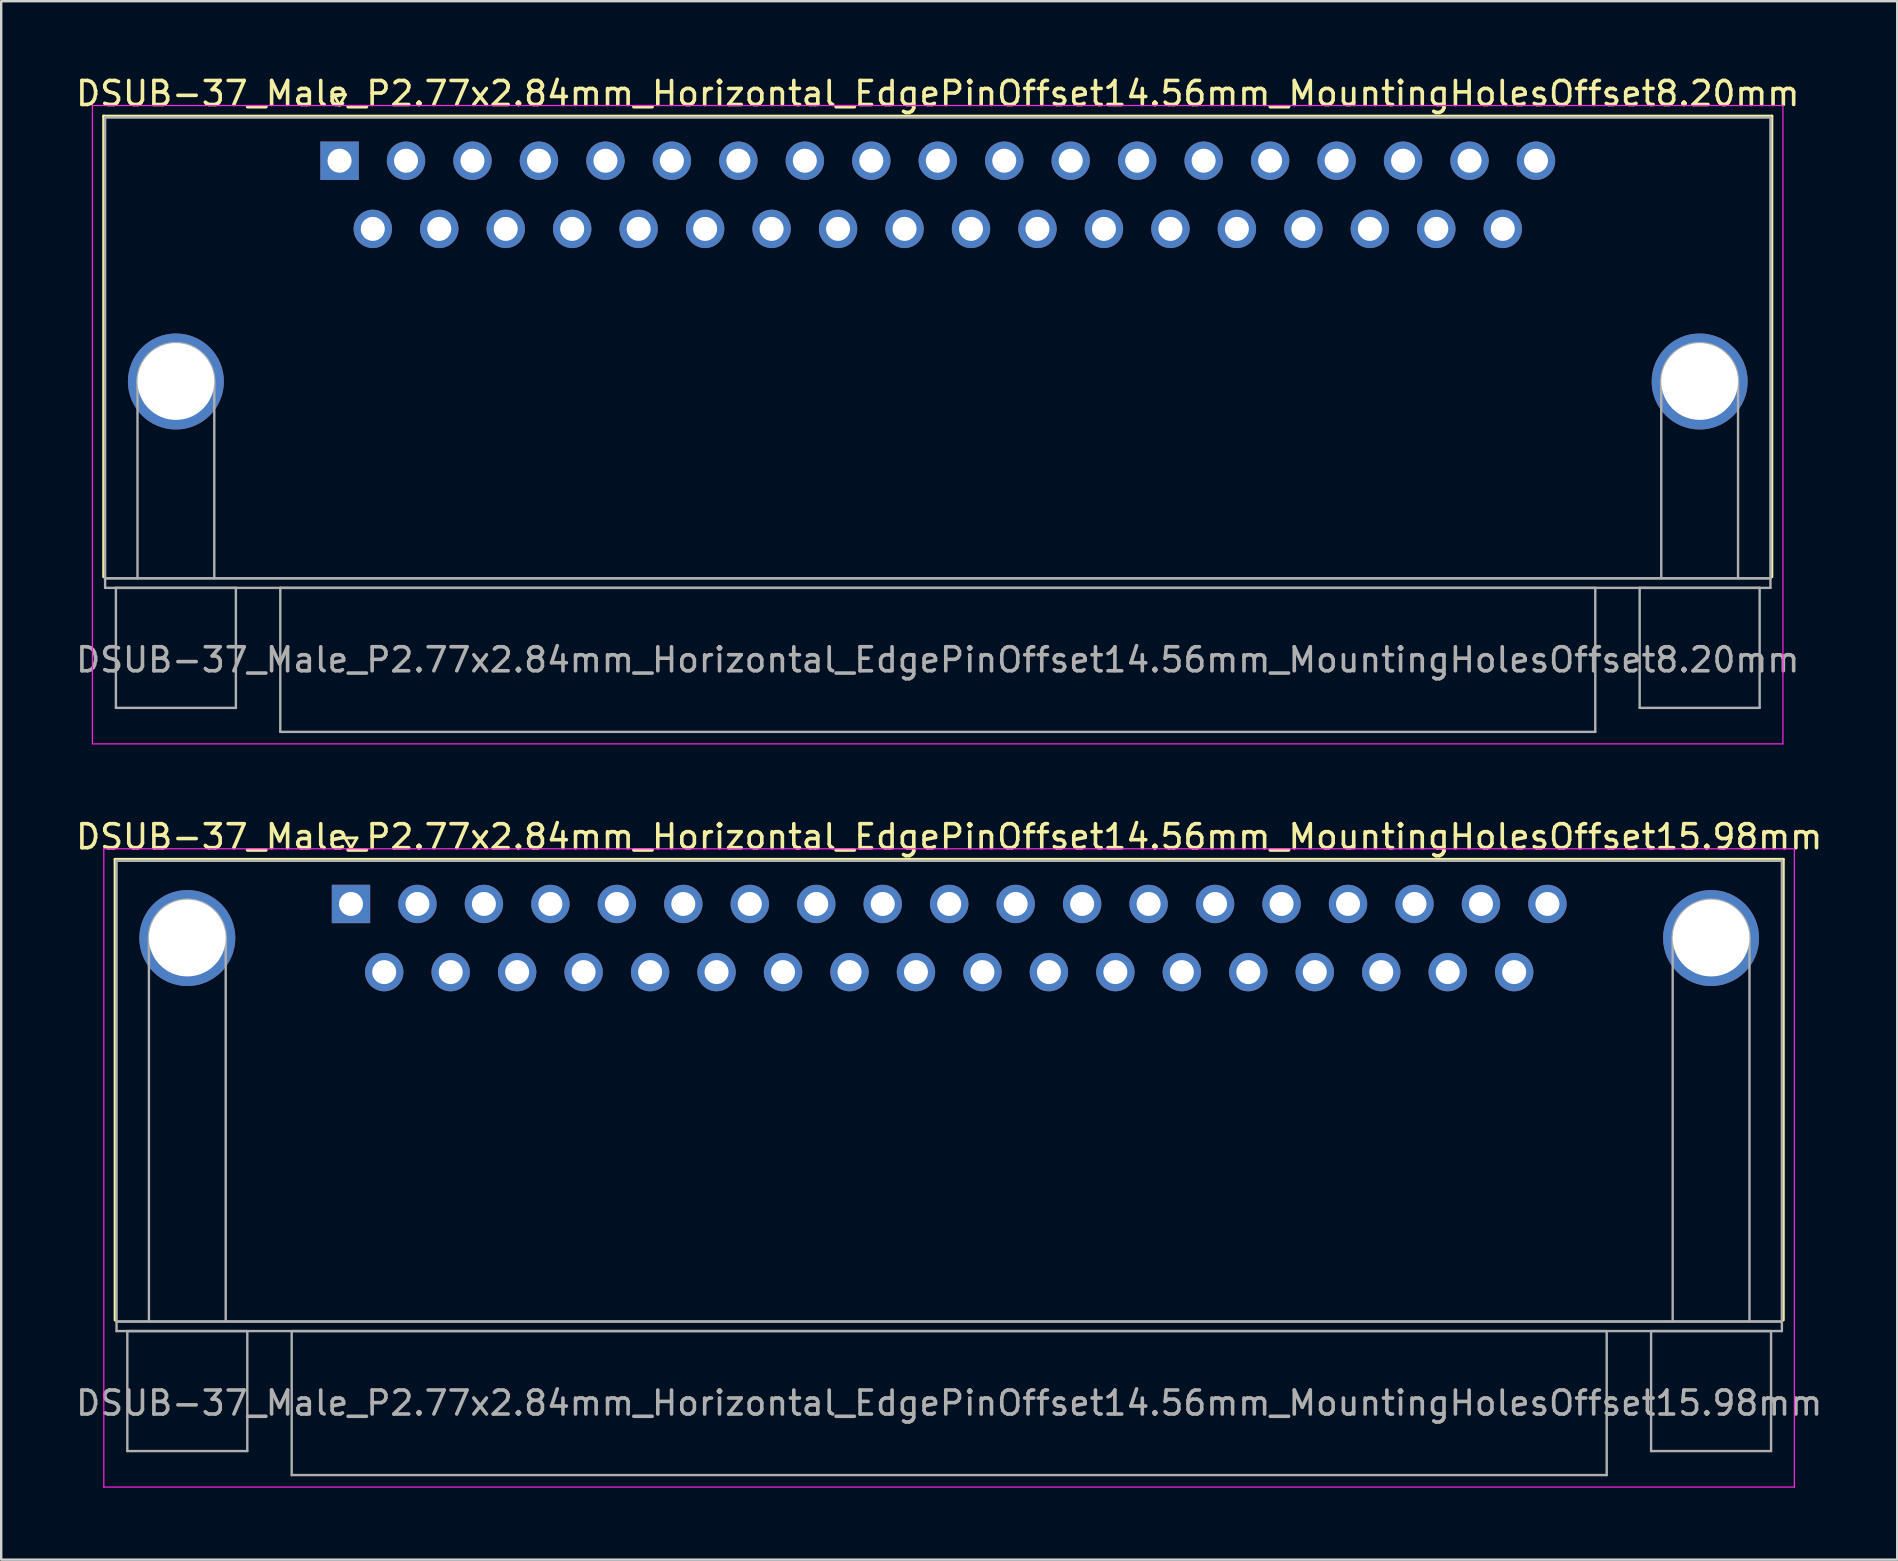
<source format=kicad_pcb>
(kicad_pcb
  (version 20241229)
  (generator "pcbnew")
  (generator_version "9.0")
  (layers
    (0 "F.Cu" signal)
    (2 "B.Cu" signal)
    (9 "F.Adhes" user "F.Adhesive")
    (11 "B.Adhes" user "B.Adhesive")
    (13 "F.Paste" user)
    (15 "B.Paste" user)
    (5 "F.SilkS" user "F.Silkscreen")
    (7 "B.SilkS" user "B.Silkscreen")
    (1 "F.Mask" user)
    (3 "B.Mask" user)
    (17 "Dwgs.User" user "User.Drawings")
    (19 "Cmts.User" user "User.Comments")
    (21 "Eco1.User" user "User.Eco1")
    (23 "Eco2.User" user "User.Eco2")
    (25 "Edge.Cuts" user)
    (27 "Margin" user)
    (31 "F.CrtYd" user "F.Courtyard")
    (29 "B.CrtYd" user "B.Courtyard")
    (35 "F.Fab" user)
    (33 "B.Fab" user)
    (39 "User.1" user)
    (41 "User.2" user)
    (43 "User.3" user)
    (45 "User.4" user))
  (footprint "DSUB-37_Male_P2.77x2.84mm_Horizontal_EdgePinOffset14.56mm_MountingHolesOffset15.98mm"
    (layer "F.Cu")
    (at 11.576 34.621)
    (property "Reference" "DSUB-37_Male_P2.77x2.84mm_Horizontal_EdgePinOffset14.56mm_MountingHolesOffset15.98mm" (at 24.93 -2.8 0) (layer "F.SilkS") (effects (font (size 1 1) (thickness 0.15))))
    (attr through_hole)
    (fp_line (start -9.83 -1.86) (end 59.69 -1.86) (stroke (width 0.12) (type solid)) (layer "F.SilkS"))
    (fp_line (start -9.83 17.34) (end -9.83 -1.86) (stroke (width 0.12) (type solid)) (layer "F.SilkS"))
    (fp_line (start -0.25 -2.754) (end 0.25 -2.754) (stroke (width 0.12) (type solid)) (layer "F.SilkS"))
    (fp_line (start 0 -2.321) (end -0.25 -2.754) (stroke (width 0.12) (type solid)) (layer "F.SilkS"))
    (fp_line (start 0.25 -2.754) (end 0 -2.321) (stroke (width 0.12) (type solid)) (layer "F.SilkS"))
    (fp_line (start 59.69 -1.86) (end 59.69 17.34) (stroke (width 0.12) (type solid)) (layer "F.SilkS"))
    (fp_line (start -10.3 -2.3) (end -10.3 24.3) (stroke (width 0.05) (type solid)) (layer "F.CrtYd"))
    (fp_line (start -10.3 24.3) (end 60.15 24.3) (stroke (width 0.05) (type solid)) (layer "F.CrtYd"))
    (fp_line (start 60.15 -2.3) (end -10.3 -2.3) (stroke (width 0.05) (type solid)) (layer "F.CrtYd"))
    (fp_line (start 60.15 24.3) (end 60.15 -2.3) (stroke (width 0.05) (type solid)) (layer "F.CrtYd"))
    (fp_line (start -9.77 -1.8) (end -9.77 17.4) (stroke (width 0.1) (type solid)) (layer "F.Fab"))
    (fp_line (start -9.77 17.4) (end -9.77 17.8) (stroke (width 0.1) (type solid)) (layer "F.Fab"))
    (fp_line (start -9.77 17.4) (end 59.63 17.4) (stroke (width 0.1) (type solid)) (layer "F.Fab"))
    (fp_line (start -9.77 17.8) (end 59.63 17.8) (stroke (width 0.1) (type solid)) (layer "F.Fab"))
    (fp_line (start -9.32 17.8) (end -9.32 22.8) (stroke (width 0.1) (type solid)) (layer "F.Fab"))
    (fp_line (start -9.32 22.8) (end -4.32 22.8) (stroke (width 0.1) (type solid)) (layer "F.Fab"))
    (fp_line (start -8.42 17.4) (end -8.42 1.42) (stroke (width 0.1) (type solid)) (layer "F.Fab"))
    (fp_line (start -5.22 17.4) (end -5.22 1.42) (stroke (width 0.1) (type solid)) (layer "F.Fab"))
    (fp_line (start -4.32 17.8) (end -9.32 17.8) (stroke (width 0.1) (type solid)) (layer "F.Fab"))
    (fp_line (start -4.32 22.8) (end -4.32 17.8) (stroke (width 0.1) (type solid)) (layer "F.Fab"))
    (fp_line (start -2.47 17.8) (end -2.47 23.8) (stroke (width 0.1) (type solid)) (layer "F.Fab"))
    (fp_line (start -2.47 23.8) (end 52.33 23.8) (stroke (width 0.1) (type solid)) (layer "F.Fab"))
    (fp_line (start 52.33 17.8) (end -2.47 17.8) (stroke (width 0.1) (type solid)) (layer "F.Fab"))
    (fp_line (start 52.33 23.8) (end 52.33 17.8) (stroke (width 0.1) (type solid)) (layer "F.Fab"))
    (fp_line (start 54.18 17.8) (end 54.18 22.8) (stroke (width 0.1) (type solid)) (layer "F.Fab"))
    (fp_line (start 54.18 22.8) (end 59.18 22.8) (stroke (width 0.1) (type solid)) (layer "F.Fab"))
    (fp_line (start 55.08 17.4) (end 55.08 1.42) (stroke (width 0.1) (type solid)) (layer "F.Fab"))
    (fp_line (start 58.28 17.4) (end 58.28 1.42) (stroke (width 0.1) (type solid)) (layer "F.Fab"))
    (fp_line (start 59.18 17.8) (end 54.18 17.8) (stroke (width 0.1) (type solid)) (layer "F.Fab"))
    (fp_line (start 59.18 22.8) (end 59.18 17.8) (stroke (width 0.1) (type solid)) (layer "F.Fab"))
    (fp_line (start 59.63 -1.8) (end -9.77 -1.8) (stroke (width 0.1) (type solid)) (layer "F.Fab"))
    (fp_line (start 59.63 17.4) (end -9.77 17.4) (stroke (width 0.1) (type solid)) (layer "F.Fab"))
    (fp_line (start 59.63 17.4) (end 59.63 -1.8) (stroke (width 0.1) (type solid)) (layer "F.Fab"))
    (fp_line (start 59.63 17.8) (end 59.63 17.4) (stroke (width 0.1) (type solid)) (layer "F.Fab"))
    (fp_arc (start -8.42 1.42) (mid -6.82 -0.18) (end -5.22 1.42) (stroke (width 0.1) (type solid)) (layer "F.Fab"))
    (fp_arc (start 55.08 1.42) (mid 56.68 -0.18) (end 58.28 1.42) (stroke (width 0.1) (type solid)) (layer "F.Fab"))
    (fp_text user "${REFERENCE}" (at 24.93 20.8 0) (layer "F.Fab") (effects (font (size 1 1) (thickness 0.15))))
    (pad "0" thru_hole circle (at -6.82 1.42) (size 4 4) (drill 3.2) (layers "*.Cu" "*.Mask"))
    (pad "0" thru_hole circle (at 56.68 1.42) (size 4 4) (drill 3.2) (layers "*.Cu" "*.Mask"))
    (pad "1" thru_hole rect (at 0 0) (size 1.6 1.6) (drill 1) (layers "*.Cu" "*.Mask"))
    (pad "2" thru_hole circle (at 2.77 0) (size 1.6 1.6) (drill 1) (layers "*.Cu" "*.Mask"))
    (pad "3" thru_hole circle (at 5.54 0) (size 1.6 1.6) (drill 1) (layers "*.Cu" "*.Mask"))
    (pad "4" thru_hole circle (at 8.31 0) (size 1.6 1.6) (drill 1) (layers "*.Cu" "*.Mask"))
    (pad "5" thru_hole circle (at 11.08 0) (size 1.6 1.6) (drill 1) (layers "*.Cu" "*.Mask"))
    (pad "6" thru_hole circle (at 13.85 0) (size 1.6 1.6) (drill 1) (layers "*.Cu" "*.Mask"))
    (pad "7" thru_hole circle (at 16.62 0) (size 1.6 1.6) (drill 1) (layers "*.Cu" "*.Mask"))
    (pad "8" thru_hole circle (at 19.39 0) (size 1.6 1.6) (drill 1) (layers "*.Cu" "*.Mask"))
    (pad "9" thru_hole circle (at 22.16 0) (size 1.6 1.6) (drill 1) (layers "*.Cu" "*.Mask"))
    (pad "10" thru_hole circle (at 24.93 0) (size 1.6 1.6) (drill 1) (layers "*.Cu" "*.Mask"))
    (pad "11" thru_hole circle (at 27.7 0) (size 1.6 1.6) (drill 1) (layers "*.Cu" "*.Mask"))
    (pad "12" thru_hole circle (at 30.47 0) (size 1.6 1.6) (drill 1) (layers "*.Cu" "*.Mask"))
    (pad "13" thru_hole circle (at 33.24 0) (size 1.6 1.6) (drill 1) (layers "*.Cu" "*.Mask"))
    (pad "14" thru_hole circle (at 36.01 0) (size 1.6 1.6) (drill 1) (layers "*.Cu" "*.Mask"))
    (pad "15" thru_hole circle (at 38.78 0) (size 1.6 1.6) (drill 1) (layers "*.Cu" "*.Mask"))
    (pad "16" thru_hole circle (at 41.55 0) (size 1.6 1.6) (drill 1) (layers "*.Cu" "*.Mask"))
    (pad "17" thru_hole circle (at 44.32 0) (size 1.6 1.6) (drill 1) (layers "*.Cu" "*.Mask"))
    (pad "18" thru_hole circle (at 47.09 0) (size 1.6 1.6) (drill 1) (layers "*.Cu" "*.Mask"))
    (pad "19" thru_hole circle (at 49.86 0) (size 1.6 1.6) (drill 1) (layers "*.Cu" "*.Mask"))
    (pad "20" thru_hole circle (at 1.385 2.84) (size 1.6 1.6) (drill 1) (layers "*.Cu" "*.Mask"))
    (pad "21" thru_hole circle (at 4.155 2.84) (size 1.6 1.6) (drill 1) (layers "*.Cu" "*.Mask"))
    (pad "22" thru_hole circle (at 6.925 2.84) (size 1.6 1.6) (drill 1) (layers "*.Cu" "*.Mask"))
    (pad "23" thru_hole circle (at 9.695 2.84) (size 1.6 1.6) (drill 1) (layers "*.Cu" "*.Mask"))
    (pad "24" thru_hole circle (at 12.465 2.84) (size 1.6 1.6) (drill 1) (layers "*.Cu" "*.Mask"))
    (pad "25" thru_hole circle (at 15.235 2.84) (size 1.6 1.6) (drill 1) (layers "*.Cu" "*.Mask"))
    (pad "26" thru_hole circle (at 18.005 2.84) (size 1.6 1.6) (drill 1) (layers "*.Cu" "*.Mask"))
    (pad "27" thru_hole circle (at 20.775 2.84) (size 1.6 1.6) (drill 1) (layers "*.Cu" "*.Mask"))
    (pad "28" thru_hole circle (at 23.545 2.84) (size 1.6 1.6) (drill 1) (layers "*.Cu" "*.Mask"))
    (pad "29" thru_hole circle (at 26.315 2.84) (size 1.6 1.6) (drill 1) (layers "*.Cu" "*.Mask"))
    (pad "30" thru_hole circle (at 29.085 2.84) (size 1.6 1.6) (drill 1) (layers "*.Cu" "*.Mask"))
    (pad "31" thru_hole circle (at 31.855 2.84) (size 1.6 1.6) (drill 1) (layers "*.Cu" "*.Mask"))
    (pad "32" thru_hole circle (at 34.625 2.84) (size 1.6 1.6) (drill 1) (layers "*.Cu" "*.Mask"))
    (pad "33" thru_hole circle (at 37.395 2.84) (size 1.6 1.6) (drill 1) (layers "*.Cu" "*.Mask"))
    (pad "34" thru_hole circle (at 40.165 2.84) (size 1.6 1.6) (drill 1) (layers "*.Cu" "*.Mask"))
    (pad "35" thru_hole circle (at 42.935 2.84) (size 1.6 1.6) (drill 1) (layers "*.Cu" "*.Mask"))
    (pad "36" thru_hole circle (at 45.705 2.84) (size 1.6 1.6) (drill 1) (layers "*.Cu" "*.Mask"))
    (pad "37" thru_hole circle (at 48.475 2.84) (size 1.6 1.6) (drill 1) (layers "*.Cu" "*.Mask")))
  (footprint "DSUB-37_Male_P2.77x2.84mm_Horizontal_EdgePinOffset14.56mm_MountingHolesOffset8.20mm"
    (layer "F.Cu")
    (at 11.1 3.648)
    (property "Reference" "DSUB-37_Male_P2.77x2.84mm_Horizontal_EdgePinOffset14.56mm_MountingHolesOffset8.20mm" (at 24.93 -2.8 0) (layer "F.SilkS") (effects (font (size 1 1) (thickness 0.15))))
    (attr through_hole)
    (fp_line (start -9.83 -1.86) (end 59.69 -1.86) (stroke (width 0.12) (type solid)) (layer "F.SilkS"))
    (fp_line (start -9.83 17.34) (end -9.83 -1.86) (stroke (width 0.12) (type solid)) (layer "F.SilkS"))
    (fp_line (start -0.25 -2.754) (end 0.25 -2.754) (stroke (width 0.12) (type solid)) (layer "F.SilkS"))
    (fp_line (start 0 -2.321) (end -0.25 -2.754) (stroke (width 0.12) (type solid)) (layer "F.SilkS"))
    (fp_line (start 0.25 -2.754) (end 0 -2.321) (stroke (width 0.12) (type solid)) (layer "F.SilkS"))
    (fp_line (start 59.69 -1.86) (end 59.69 17.34) (stroke (width 0.12) (type solid)) (layer "F.SilkS"))
    (fp_line (start -10.3 -2.3) (end -10.3 24.3) (stroke (width 0.05) (type solid)) (layer "F.CrtYd"))
    (fp_line (start -10.3 24.3) (end 60.15 24.3) (stroke (width 0.05) (type solid)) (layer "F.CrtYd"))
    (fp_line (start 60.15 -2.3) (end -10.3 -2.3) (stroke (width 0.05) (type solid)) (layer "F.CrtYd"))
    (fp_line (start 60.15 24.3) (end 60.15 -2.3) (stroke (width 0.05) (type solid)) (layer "F.CrtYd"))
    (fp_line (start -9.77 -1.8) (end -9.77 17.4) (stroke (width 0.1) (type solid)) (layer "F.Fab"))
    (fp_line (start -9.77 17.4) (end -9.77 17.8) (stroke (width 0.1) (type solid)) (layer "F.Fab"))
    (fp_line (start -9.77 17.4) (end 59.63 17.4) (stroke (width 0.1) (type solid)) (layer "F.Fab"))
    (fp_line (start -9.77 17.8) (end 59.63 17.8) (stroke (width 0.1) (type solid)) (layer "F.Fab"))
    (fp_line (start -9.32 17.8) (end -9.32 22.8) (stroke (width 0.1) (type solid)) (layer "F.Fab"))
    (fp_line (start -9.32 22.8) (end -4.32 22.8) (stroke (width 0.1) (type solid)) (layer "F.Fab"))
    (fp_line (start -8.42 17.4) (end -8.42 9.2) (stroke (width 0.1) (type solid)) (layer "F.Fab"))
    (fp_line (start -5.22 17.4) (end -5.22 9.2) (stroke (width 0.1) (type solid)) (layer "F.Fab"))
    (fp_line (start -4.32 17.8) (end -9.32 17.8) (stroke (width 0.1) (type solid)) (layer "F.Fab"))
    (fp_line (start -4.32 22.8) (end -4.32 17.8) (stroke (width 0.1) (type solid)) (layer "F.Fab"))
    (fp_line (start -2.47 17.8) (end -2.47 23.8) (stroke (width 0.1) (type solid)) (layer "F.Fab"))
    (fp_line (start -2.47 23.8) (end 52.33 23.8) (stroke (width 0.1) (type solid)) (layer "F.Fab"))
    (fp_line (start 52.33 17.8) (end -2.47 17.8) (stroke (width 0.1) (type solid)) (layer "F.Fab"))
    (fp_line (start 52.33 23.8) (end 52.33 17.8) (stroke (width 0.1) (type solid)) (layer "F.Fab"))
    (fp_line (start 54.18 17.8) (end 54.18 22.8) (stroke (width 0.1) (type solid)) (layer "F.Fab"))
    (fp_line (start 54.18 22.8) (end 59.18 22.8) (stroke (width 0.1) (type solid)) (layer "F.Fab"))
    (fp_line (start 55.08 17.4) (end 55.08 9.2) (stroke (width 0.1) (type solid)) (layer "F.Fab"))
    (fp_line (start 58.28 17.4) (end 58.28 9.2) (stroke (width 0.1) (type solid)) (layer "F.Fab"))
    (fp_line (start 59.18 17.8) (end 54.18 17.8) (stroke (width 0.1) (type solid)) (layer "F.Fab"))
    (fp_line (start 59.18 22.8) (end 59.18 17.8) (stroke (width 0.1) (type solid)) (layer "F.Fab"))
    (fp_line (start 59.63 -1.8) (end -9.77 -1.8) (stroke (width 0.1) (type solid)) (layer "F.Fab"))
    (fp_line (start 59.63 17.4) (end -9.77 17.4) (stroke (width 0.1) (type solid)) (layer "F.Fab"))
    (fp_line (start 59.63 17.4) (end 59.63 -1.8) (stroke (width 0.1) (type solid)) (layer "F.Fab"))
    (fp_line (start 59.63 17.8) (end 59.63 17.4) (stroke (width 0.1) (type solid)) (layer "F.Fab"))
    (fp_arc (start -8.42 9.2) (mid -6.82 7.6) (end -5.22 9.2) (stroke (width 0.1) (type solid)) (layer "F.Fab"))
    (fp_arc (start 55.08 9.2) (mid 56.68 7.6) (end 58.28 9.2) (stroke (width 0.1) (type solid)) (layer "F.Fab"))
    (fp_text user "${REFERENCE}" (at 24.93 20.8 0) (layer "F.Fab") (effects (font (size 1 1) (thickness 0.15))))
    (pad "0" thru_hole circle (at -6.82 9.2) (size 4 4) (drill 3.2) (layers "*.Cu" "*.Mask"))
    (pad "0" thru_hole circle (at 56.68 9.2) (size 4 4) (drill 3.2) (layers "*.Cu" "*.Mask"))
    (pad "1" thru_hole rect (at 0 0) (size 1.6 1.6) (drill 1) (layers "*.Cu" "*.Mask"))
    (pad "2" thru_hole circle (at 2.77 0) (size 1.6 1.6) (drill 1) (layers "*.Cu" "*.Mask"))
    (pad "3" thru_hole circle (at 5.54 0) (size 1.6 1.6) (drill 1) (layers "*.Cu" "*.Mask"))
    (pad "4" thru_hole circle (at 8.31 0) (size 1.6 1.6) (drill 1) (layers "*.Cu" "*.Mask"))
    (pad "5" thru_hole circle (at 11.08 0) (size 1.6 1.6) (drill 1) (layers "*.Cu" "*.Mask"))
    (pad "6" thru_hole circle (at 13.85 0) (size 1.6 1.6) (drill 1) (layers "*.Cu" "*.Mask"))
    (pad "7" thru_hole circle (at 16.62 0) (size 1.6 1.6) (drill 1) (layers "*.Cu" "*.Mask"))
    (pad "8" thru_hole circle (at 19.39 0) (size 1.6 1.6) (drill 1) (layers "*.Cu" "*.Mask"))
    (pad "9" thru_hole circle (at 22.16 0) (size 1.6 1.6) (drill 1) (layers "*.Cu" "*.Mask"))
    (pad "10" thru_hole circle (at 24.93 0) (size 1.6 1.6) (drill 1) (layers "*.Cu" "*.Mask"))
    (pad "11" thru_hole circle (at 27.7 0) (size 1.6 1.6) (drill 1) (layers "*.Cu" "*.Mask"))
    (pad "12" thru_hole circle (at 30.47 0) (size 1.6 1.6) (drill 1) (layers "*.Cu" "*.Mask"))
    (pad "13" thru_hole circle (at 33.24 0) (size 1.6 1.6) (drill 1) (layers "*.Cu" "*.Mask"))
    (pad "14" thru_hole circle (at 36.01 0) (size 1.6 1.6) (drill 1) (layers "*.Cu" "*.Mask"))
    (pad "15" thru_hole circle (at 38.78 0) (size 1.6 1.6) (drill 1) (layers "*.Cu" "*.Mask"))
    (pad "16" thru_hole circle (at 41.55 0) (size 1.6 1.6) (drill 1) (layers "*.Cu" "*.Mask"))
    (pad "17" thru_hole circle (at 44.32 0) (size 1.6 1.6) (drill 1) (layers "*.Cu" "*.Mask"))
    (pad "18" thru_hole circle (at 47.09 0) (size 1.6 1.6) (drill 1) (layers "*.Cu" "*.Mask"))
    (pad "19" thru_hole circle (at 49.86 0) (size 1.6 1.6) (drill 1) (layers "*.Cu" "*.Mask"))
    (pad "20" thru_hole circle (at 1.385 2.84) (size 1.6 1.6) (drill 1) (layers "*.Cu" "*.Mask"))
    (pad "21" thru_hole circle (at 4.155 2.84) (size 1.6 1.6) (drill 1) (layers "*.Cu" "*.Mask"))
    (pad "22" thru_hole circle (at 6.925 2.84) (size 1.6 1.6) (drill 1) (layers "*.Cu" "*.Mask"))
    (pad "23" thru_hole circle (at 9.695 2.84) (size 1.6 1.6) (drill 1) (layers "*.Cu" "*.Mask"))
    (pad "24" thru_hole circle (at 12.465 2.84) (size 1.6 1.6) (drill 1) (layers "*.Cu" "*.Mask"))
    (pad "25" thru_hole circle (at 15.235 2.84) (size 1.6 1.6) (drill 1) (layers "*.Cu" "*.Mask"))
    (pad "26" thru_hole circle (at 18.005 2.84) (size 1.6 1.6) (drill 1) (layers "*.Cu" "*.Mask"))
    (pad "27" thru_hole circle (at 20.775 2.84) (size 1.6 1.6) (drill 1) (layers "*.Cu" "*.Mask"))
    (pad "28" thru_hole circle (at 23.545 2.84) (size 1.6 1.6) (drill 1) (layers "*.Cu" "*.Mask"))
    (pad "29" thru_hole circle (at 26.315 2.84) (size 1.6 1.6) (drill 1) (layers "*.Cu" "*.Mask"))
    (pad "30" thru_hole circle (at 29.085 2.84) (size 1.6 1.6) (drill 1) (layers "*.Cu" "*.Mask"))
    (pad "31" thru_hole circle (at 31.855 2.84) (size 1.6 1.6) (drill 1) (layers "*.Cu" "*.Mask"))
    (pad "32" thru_hole circle (at 34.625 2.84) (size 1.6 1.6) (drill 1) (layers "*.Cu" "*.Mask"))
    (pad "33" thru_hole circle (at 37.395 2.84) (size 1.6 1.6) (drill 1) (layers "*.Cu" "*.Mask"))
    (pad "34" thru_hole circle (at 40.165 2.84) (size 1.6 1.6) (drill 1) (layers "*.Cu" "*.Mask"))
    (pad "35" thru_hole circle (at 42.935 2.84) (size 1.6 1.6) (drill 1) (layers "*.Cu" "*.Mask"))
    (pad "36" thru_hole circle (at 45.705 2.84) (size 1.6 1.6) (drill 1) (layers "*.Cu" "*.Mask"))
    (pad "37" thru_hole circle (at 48.475 2.84) (size 1.6 1.6) (drill 1) (layers "*.Cu" "*.Mask")))
  (gr_rect
    (start -3 -3)
    (end 76.012 61.947)
    (stroke (width 0.1) (type default))
    (fill no)
    (layer "Edge.Cuts")))
</source>
